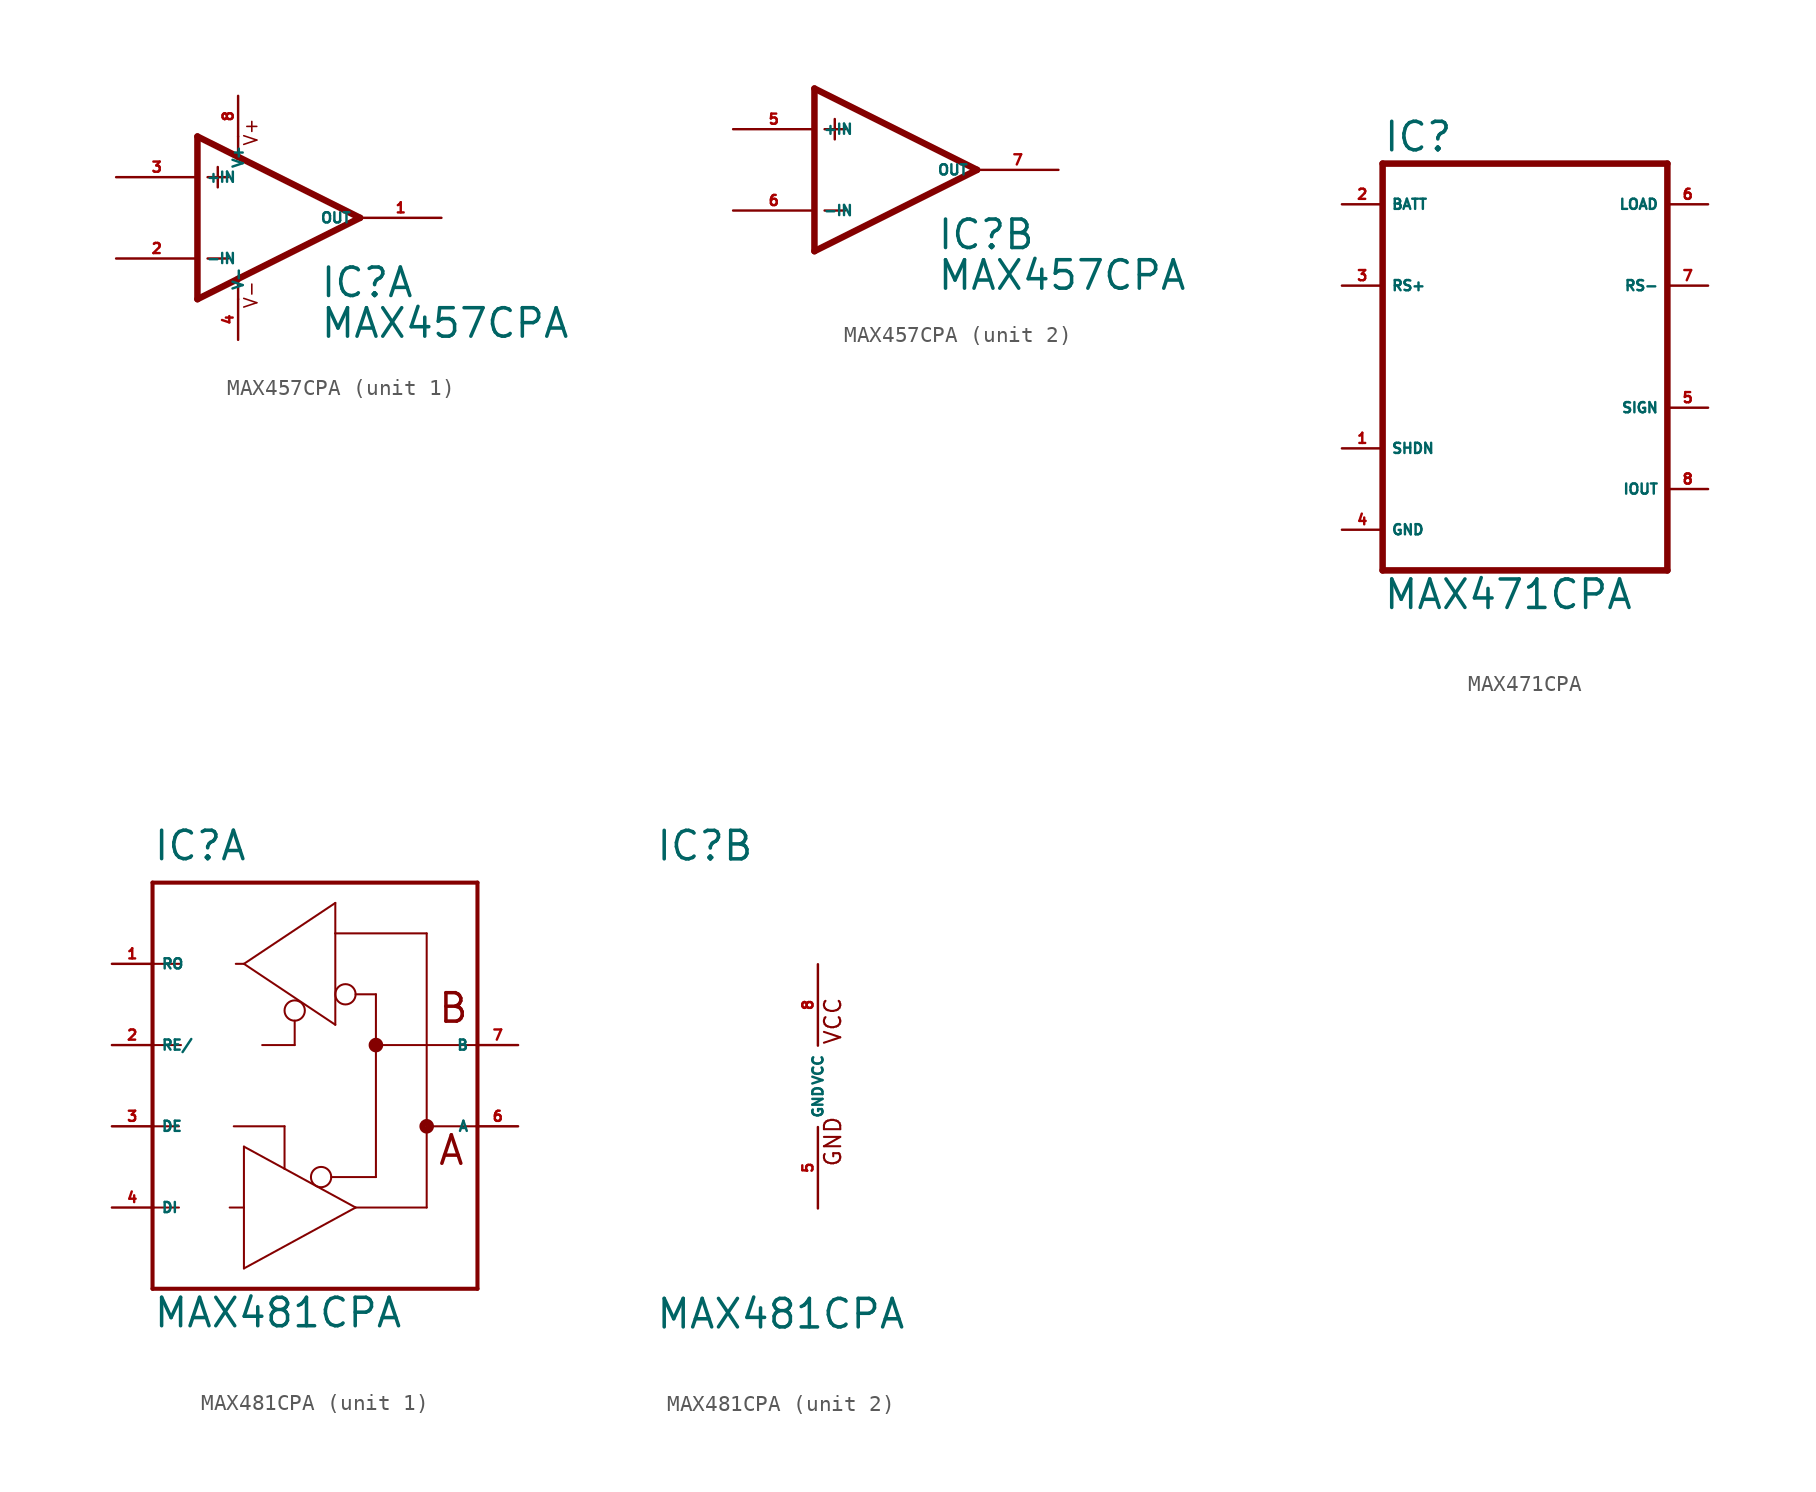
<source format=kicad_sym>
(kicad_symbol_lib
  (version 20220914)
  (generator Eagle2Kicad)
  (symbol "MAX457CPA"
    (property "Reference" "IC"
      (at 2.54 -5.08 0)
      (effects (font (size 1.778 1.778) (thickness 0.22)) (justify left bottom)))
    (property "Value" "MAX457CPA"
      (at 2.54 -7.62 0)
      (effects (font (size 1.778 1.778) (thickness 0.22)) (justify left bottom)))
    (symbol "MAX457CPA_1_0"
      (polyline (pts (xy -3.81 3.175) (xy -3.81 1.905)) (stroke (width 0.152) (type default)) (fill (type none)))
      (polyline (pts (xy -4.445 2.54) (xy -3.175 2.54)) (stroke (width 0.152) (type default)) (fill (type none)))
      (polyline (pts (xy -4.445 -2.54) (xy -3.175 -2.54)) (stroke (width 0.152) (type default)) (fill (type none)))
      (polyline (pts (xy 5.08 0) (xy -2.54 3.81)) (stroke (width 0.406) (type default)) (fill (type none)))
      (polyline (pts (xy -5.08 5.08) (xy -5.08 -5.08)) (stroke (width 0.406) (type default)) (fill (type none)))
      (polyline (pts (xy -5.08 -5.08) (xy -2.54 -3.81)) (stroke (width 0.406) (type default)) (fill (type none)))
      (polyline (pts (xy -2.54 3.81) (xy -2.54 5.08)) (stroke (width 0.152) (type default)) (fill (type none)))
      (polyline (pts (xy -2.54 3.81) (xy -5.08 5.08)) (stroke (width 0.406) (type default)) (fill (type none)))
      (polyline (pts (xy -2.54 -3.81) (xy -2.54 -5.08)) (stroke (width 0.152) (type default)) (fill (type none)))
      (polyline (pts (xy -2.54 -3.81) (xy 5.08 0)) (stroke (width 0.406) (type default)) (fill (type none)))
      (text "V+" (at -1.27 4.445 900) (effects (font (size 0.813 0.813) (thickness 0.10)) (justify left bottom)))
      (text "V-" (at -1.27 -5.715 900) (effects (font (size 0.813 0.813) (thickness 0.10)) (justify left bottom)))
      (pin input line (at -10.16 -2.54 0) (length 5.08) (name "-IN" (effects (font (size 0.635 0.635) (thickness 0.08)) (justify left bottom))) (number "2" (effects (font (size 0.635 0.635) (thickness 0.08)) (justify left bottom))))
      (pin input line (at -10.16 2.54 0) (length 5.08) (name "+IN" (effects (font (size 0.635 0.635) (thickness 0.08)) (justify left bottom))) (number "3" (effects (font (size 0.635 0.635) (thickness 0.08)) (justify left bottom))))
      (pin output line (at 10.16 0 180) (length 5.08) (name "OUT" (effects (font (size 0.635 0.635) (thickness 0.08)) (justify left bottom))) (number "1" (effects (font (size 0.635 0.635) (thickness 0.08)) (justify left bottom))))
      (pin unspecified line (at -2.54 7.62 270) (length 2.54) (name "V+" (effects (font (size 0.635 0.635) (thickness 0.08)) (justify left bottom))) (number "8" (effects (font (size 0.635 0.635) (thickness 0.08)) (justify left bottom))))
      (pin unspecified line (at -2.54 -7.62 90) (length 2.54) (name "V-" (effects (font (size 0.635 0.635) (thickness 0.08)) (justify left bottom))) (number "4" (effects (font (size 0.635 0.635) (thickness 0.08)) (justify left bottom)))))
    (symbol "MAX457CPA_2_0"
      (polyline (pts (xy -3.81 3.175) (xy -3.81 1.905)) (stroke (width 0.152) (type default)) (fill (type none)))
      (polyline (pts (xy -4.445 2.54) (xy -3.175 2.54)) (stroke (width 0.152) (type default)) (fill (type none)))
      (polyline (pts (xy -4.445 -2.54) (xy -3.175 -2.54)) (stroke (width 0.152) (type default)) (fill (type none)))
      (polyline (pts (xy -5.08 5.08) (xy -5.08 -5.08)) (stroke (width 0.406) (type default)) (fill (type none)))
      (polyline (pts (xy 5.08 0) (xy -5.08 5.08)) (stroke (width 0.406) (type default)) (fill (type none)))
      (polyline (pts (xy -5.08 -5.08) (xy 5.08 0)) (stroke (width 0.406) (type default)) (fill (type none)))
      (pin input line (at -10.16 -2.54 0) (length 5.08) (name "-IN" (effects (font (size 0.635 0.635) (thickness 0.08)) (justify left bottom))) (number "6" (effects (font (size 0.635 0.635) (thickness 0.08)) (justify left bottom))))
      (pin input line (at -10.16 2.54 0) (length 5.08) (name "+IN" (effects (font (size 0.635 0.635) (thickness 0.08)) (justify left bottom))) (number "5" (effects (font (size 0.635 0.635) (thickness 0.08)) (justify left bottom))))
      (pin output line (at 10.16 0 180) (length 5.08) (name "OUT" (effects (font (size 0.635 0.635) (thickness 0.08)) (justify left bottom))) (number "7" (effects (font (size 0.635 0.635) (thickness 0.08)) (justify left bottom))))))
  (symbol "MAX471CPA"
    (property "Reference" "IC"
      (at -7.62 13.335 0)
      (effects (font (size 1.778 1.778) (thickness 0.22)) (justify left bottom)))
    (property "Value" "MAX471CPA"
      (at -7.62 -15.24 0)
      (effects (font (size 1.778 1.778) (thickness 0.22)) (justify left bottom)))
    (polyline
      (pts (xy -7.62 -12.7) (xy -7.62 12.7))
      (stroke (width 0.406) (type default))
      (fill (type none)))
    (polyline
      (pts (xy 10.16 12.7) (xy -7.62 12.7))
      (stroke (width 0.406) (type default))
      (fill (type none)))
    (polyline
      (pts (xy 10.16 12.7) (xy 10.16 -12.7))
      (stroke (width 0.406) (type default))
      (fill (type none)))
    (polyline
      (pts (xy -7.62 -12.7) (xy 10.16 -12.7))
      (stroke (width 0.406) (type default))
      (fill (type none)))
    (pin input line
      (at -10.16 10.16 0)
      (length 2.54)
      (name "BATT" (effects (font (size 0.635 0.635) (thickness 0.08)) (justify left bottom)))
      (number "2" (effects (font (size 0.635 0.635) (thickness 0.08)) (justify left bottom))))
    (pin input line
      (at -10.16 5.08 0)
      (length 2.54)
      (name "RS+" (effects (font (size 0.635 0.635) (thickness 0.08)) (justify left bottom)))
      (number "3" (effects (font (size 0.635 0.635) (thickness 0.08)) (justify left bottom))))
    (pin input line
      (at -10.16 -5.08 0)
      (length 2.54)
      (name "SHDN" (effects (font (size 0.635 0.635) (thickness 0.08)) (justify left bottom)))
      (number "1" (effects (font (size 0.635 0.635) (thickness 0.08)) (justify left bottom))))
    (pin unspecified line
      (at -10.16 -10.16 0)
      (length 2.54)
      (name "GND" (effects (font (size 0.635 0.635) (thickness 0.08)) (justify left bottom)))
      (number "4" (effects (font (size 0.635 0.635) (thickness 0.08)) (justify left bottom))))
    (pin output line
      (at 12.7 10.16 180)
      (length 2.54)
      (name "LOAD" (effects (font (size 0.635 0.635) (thickness 0.08)) (justify left bottom)))
      (number "6" (effects (font (size 0.635 0.635) (thickness 0.08)) (justify left bottom))))
    (pin open_collector line
      (at 12.7 -2.54 180)
      (length 2.54)
      (name "SIGN" (effects (font (size 0.635 0.635) (thickness 0.08)) (justify left bottom)))
      (number "5" (effects (font (size 0.635 0.635) (thickness 0.08)) (justify left bottom))))
    (pin input line
      (at 12.7 5.08 180)
      (length 2.54)
      (name "RS-" (effects (font (size 0.635 0.635) (thickness 0.08)) (justify left bottom)))
      (number "7" (effects (font (size 0.635 0.635) (thickness 0.08)) (justify left bottom))))
    (pin output line
      (at 12.7 -7.62 180)
      (length 2.54)
      (name "IOUT" (effects (font (size 0.635 0.635) (thickness 0.08)) (justify left bottom)))
      (number "8" (effects (font (size 0.635 0.635) (thickness 0.08)) (justify left bottom)))))
  (symbol "MAX481CPA"
    (property "Reference" "IC"
      (at -10.16 13.97 0)
      (effects (font (size 1.778 1.778) (thickness 0.22)) (justify left bottom)))
    (property "Value" "MAX481CPA"
      (at -10.16 -15.24 0)
      (effects (font (size 1.778 1.778) (thickness 0.22)) (justify left bottom)))
    (symbol "MAX481CPA_1_0"
      (polyline (pts (xy -10.16 12.7) (xy 10.16 12.7)) (stroke (width 0.254) (type default)) (fill (type none)))
      (polyline (pts (xy 10.16 12.7) (xy 10.16 2.54)) (stroke (width 0.254) (type default)) (fill (type none)))
      (polyline (pts (xy 10.16 2.54) (xy 10.16 -2.54)) (stroke (width 0.254) (type default)) (fill (type none)))
      (polyline (pts (xy 10.16 -2.54) (xy 10.16 -12.7)) (stroke (width 0.254) (type default)) (fill (type none)))
      (polyline (pts (xy 10.16 -12.7) (xy -10.16 -12.7)) (stroke (width 0.254) (type default)) (fill (type none)))
      (polyline (pts (xy -10.16 -12.7) (xy -10.16 -7.62)) (stroke (width 0.254) (type default)) (fill (type none)))
      (polyline (pts (xy -10.16 -7.62) (xy -10.16 -2.54)) (stroke (width 0.254) (type default)) (fill (type none)))
      (polyline (pts (xy -10.16 -2.54) (xy -10.16 2.54)) (stroke (width 0.254) (type default)) (fill (type none)))
      (polyline (pts (xy -10.16 2.54) (xy -10.16 7.62)) (stroke (width 0.254) (type default)) (fill (type none)))
      (polyline (pts (xy -10.16 7.62) (xy -10.16 12.7)) (stroke (width 0.254) (type default)) (fill (type none)))
      (polyline (pts (xy 1.27 11.43) (xy 1.27 9.525)) (stroke (width 0.127) (type default)) (fill (type none)))
      (polyline (pts (xy 1.27 9.525) (xy 1.27 3.81)) (stroke (width 0.127) (type default)) (fill (type none)))
      (polyline (pts (xy 1.27 3.81) (xy -4.445 7.62)) (stroke (width 0.127) (type default)) (fill (type none)))
      (polyline (pts (xy -4.445 7.62) (xy 1.27 11.43)) (stroke (width 0.127) (type default)) (fill (type none)))
      (polyline (pts (xy -4.445 -11.43) (xy -4.445 -7.62)) (stroke (width 0.127) (type default)) (fill (type none)))
      (polyline (pts (xy -4.445 -7.62) (xy -4.445 -3.81)) (stroke (width 0.127) (type default)) (fill (type none)))
      (polyline (pts (xy -4.445 -3.81) (xy 2.54 -7.62)) (stroke (width 0.127) (type default)) (fill (type none)))
      (polyline (pts (xy 2.54 -7.62) (xy -4.445 -11.43)) (stroke (width 0.127) (type default)) (fill (type none)))
      (polyline (pts (xy -3.302 2.54) (xy -1.27 2.54)) (stroke (width 0.127) (type default)) (fill (type none)))
      (polyline (pts (xy -1.27 2.54) (xy -1.27 4.064)) (stroke (width 0.127) (type default)) (fill (type none)))
      (polyline (pts (xy -5.08 -2.54) (xy -1.905 -2.54)) (stroke (width 0.127) (type default)) (fill (type none)))
      (polyline (pts (xy -1.905 -2.54) (xy -1.905 -5.207)) (stroke (width 0.127) (type default)) (fill (type none)))
      (polyline (pts (xy 2.54 -7.62) (xy 6.985 -7.62)) (stroke (width 0.127) (type default)) (fill (type none)))
      (polyline (pts (xy 6.985 -7.62) (xy 6.985 -2.54)) (stroke (width 0.127) (type default)) (fill (type none)))
      (polyline (pts (xy 6.985 -2.54) (xy 6.985 9.525)) (stroke (width 0.127) (type default)) (fill (type none)))
      (polyline (pts (xy 1.27 9.525) (xy 6.985 9.525)) (stroke (width 0.127) (type default)) (fill (type none)))
      (polyline (pts (xy 1.016 -5.715) (xy 3.81 -5.715)) (stroke (width 0.127) (type default)) (fill (type none)))
      (polyline (pts (xy 3.81 -5.715) (xy 3.81 2.54)) (stroke (width 0.127) (type default)) (fill (type none)))
      (polyline (pts (xy 3.81 2.54) (xy 3.81 5.715)) (stroke (width 0.127) (type default)) (fill (type none)))
      (polyline (pts (xy 3.81 5.715) (xy 2.54 5.715)) (stroke (width 0.127) (type default)) (fill (type none)))
      (polyline (pts (xy 10.16 2.54) (xy 3.81 2.54)) (stroke (width 0.127) (type default)) (fill (type none)))
      (polyline (pts (xy 10.16 -2.54) (xy 6.985 -2.54)) (stroke (width 0.127) (type default)) (fill (type none)))
      (polyline (pts (xy -10.16 7.62) (xy -8.382 7.62)) (stroke (width 0.127) (type default)) (fill (type none)))
      (polyline (pts (xy -4.953 7.62) (xy -4.445 7.62)) (stroke (width 0.127) (type default)) (fill (type none)))
      (polyline (pts (xy -10.16 2.54) (xy -8.382 2.54)) (stroke (width 0.127) (type default)) (fill (type none)))
      (polyline (pts (xy -10.16 -7.62) (xy -8.509 -7.62)) (stroke (width 0.127) (type default)) (fill (type none)))
      (polyline (pts (xy -5.334 -7.62) (xy -4.445 -7.62)) (stroke (width 0.127) (type default)) (fill (type none)))
      (polyline (pts (xy -10.16 -2.54) (xy -8.509 -2.54)) (stroke (width 0.127) (type default)) (fill (type none)))
      (text "A" (at 7.62 -5.08 0) (effects (font (size 1.778 1.778) (thickness 0.22)) (justify left bottom)))
      (text "B" (at 7.62 3.81 0) (effects (font (size 1.778 1.778) (thickness 0.22)) (justify left bottom)))
      (circle (center -1.27 4.699) (radius 0.635) (stroke (width 0.127) (type default)) (fill (type none)))
      (circle (center 1.905 5.715) (radius 0.635) (stroke (width 0.127) (type default)) (fill (type none)))
      (circle (center 0.381 -5.715) (radius 0.635) (stroke (width 0.127) (type default)) (fill (type none)))
      (circle (center 3.81 2.54) (radius 0.254) (stroke (width 0.406) (type default)) (fill (type none)))
      (circle (center 6.985 -2.54) (radius 0.254) (stroke (width 0.406) (type default)) (fill (type none)))
      (pin output line (at -12.7 7.62 0) (length 2.54) (name "RO" (effects (font (size 0.635 0.635) (thickness 0.08)) (justify left bottom))) (number "1" (effects (font (size 0.635 0.635) (thickness 0.08)) (justify left bottom))))
      (pin input line (at -12.7 2.54 0) (length 2.54) (name "RE/" (effects (font (size 0.635 0.635) (thickness 0.08)) (justify left bottom))) (number "2" (effects (font (size 0.635 0.635) (thickness 0.08)) (justify left bottom))))
      (pin input line (at -12.7 -2.54 0) (length 2.54) (name "DE" (effects (font (size 0.635 0.635) (thickness 0.08)) (justify left bottom))) (number "3" (effects (font (size 0.635 0.635) (thickness 0.08)) (justify left bottom))))
      (pin input line (at -12.7 -7.62 0) (length 2.54) (name "DI" (effects (font (size 0.635 0.635) (thickness 0.08)) (justify left bottom))) (number "4" (effects (font (size 0.635 0.635) (thickness 0.08)) (justify left bottom))))
      (pin passive line (at 12.7 -2.54 180) (length 2.54) (name "A" (effects (font (size 0.635 0.635) (thickness 0.08)) (justify left bottom))) (number "6" (effects (font (size 0.635 0.635) (thickness 0.08)) (justify left bottom))))
      (pin passive line (at 12.7 2.54 180) (length 2.54) (name "B" (effects (font (size 0.635 0.635) (thickness 0.08)) (justify left bottom))) (number "7" (effects (font (size 0.635 0.635) (thickness 0.08)) (justify left bottom)))))
    (symbol "MAX481CPA_2_0"
      (text "GND" (at 1.524 -5.08 900) (effects (font (size 1.016 1.016) (thickness 0.13)) (justify left bottom)))
      (text "VCC" (at 1.524 2.54 900) (effects (font (size 1.016 1.016) (thickness 0.13)) (justify left bottom)))
      (pin unspecified line (at 0 7.62 270) (length 5.08) (name "VCC" (effects (font (size 0.635 0.635) (thickness 0.08)) (justify left bottom))) (number "8" (effects (font (size 0.635 0.635) (thickness 0.08)) (justify left bottom))))
      (pin unspecified line (at 0 -7.62 90) (length 5.08) (name "GND" (effects (font (size 0.635 0.635) (thickness 0.08)) (justify left bottom))) (number "5" (effects (font (size 0.635 0.635) (thickness 0.08)) (justify left bottom)))))))
</source>
